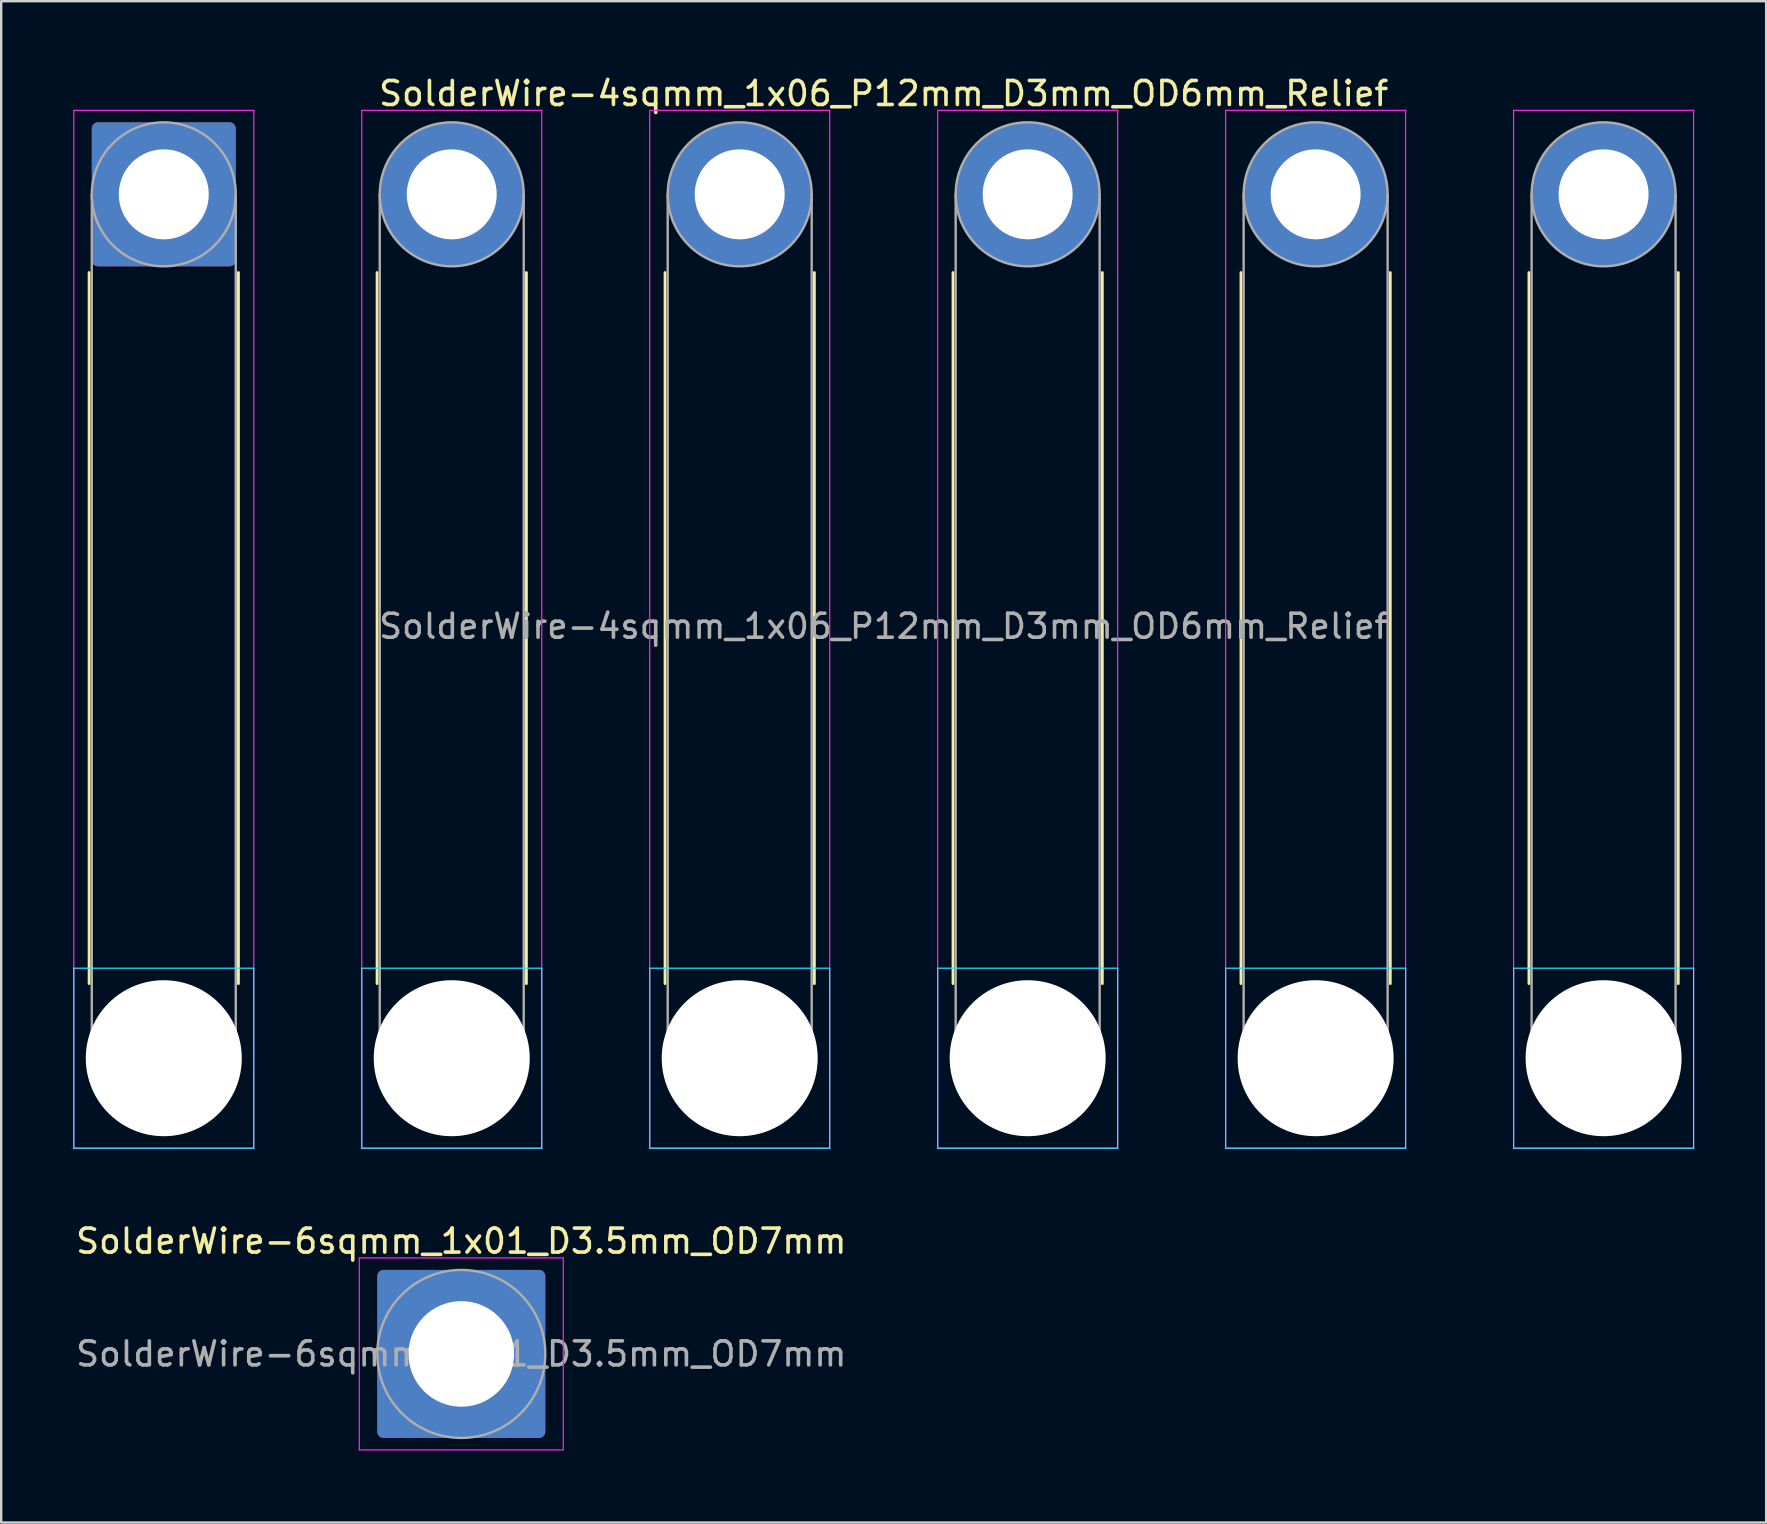
<source format=kicad_pcb>
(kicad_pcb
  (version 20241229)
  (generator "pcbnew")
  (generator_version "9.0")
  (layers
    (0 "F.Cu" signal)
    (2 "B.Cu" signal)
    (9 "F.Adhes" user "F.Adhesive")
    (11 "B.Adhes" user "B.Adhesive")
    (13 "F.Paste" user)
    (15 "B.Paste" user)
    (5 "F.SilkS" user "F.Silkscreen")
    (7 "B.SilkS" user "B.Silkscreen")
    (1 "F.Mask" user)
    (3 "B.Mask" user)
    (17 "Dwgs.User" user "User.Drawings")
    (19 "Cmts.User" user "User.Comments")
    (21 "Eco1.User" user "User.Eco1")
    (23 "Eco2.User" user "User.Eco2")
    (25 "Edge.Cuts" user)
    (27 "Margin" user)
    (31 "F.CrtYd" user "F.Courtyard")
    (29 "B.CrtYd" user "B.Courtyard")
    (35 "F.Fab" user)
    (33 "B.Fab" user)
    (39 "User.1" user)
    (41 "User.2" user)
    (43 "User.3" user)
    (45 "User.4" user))
  (footprint "SolderWire-4sqmm_1x06_P12mm_D3mm_OD6mm_Relief"
    (layer "F.Cu")
    (at 3.775 5.048)
    (property "Reference" "SolderWire-4sqmm_1x06_P12mm_D3mm_OD6mm_Relief" (at 30 -4.2 0) (layer "F.SilkS") (effects (font (size 1 1) (thickness 0.15))))
    (attr exclude_from_pos_files exclude_from_bom)
    (fp_line (start -3.11 3.26) (end -3.11 32.89) (stroke (width 0.12) (type solid)) (layer "F.SilkS"))
    (fp_line (start 3.11 3.26) (end 3.11 32.89) (stroke (width 0.12) (type solid)) (layer "F.SilkS"))
    (fp_line (start 8.89 3.26) (end 8.89 32.89) (stroke (width 0.12) (type solid)) (layer "F.SilkS"))
    (fp_line (start 15.11 3.26) (end 15.11 32.89) (stroke (width 0.12) (type solid)) (layer "F.SilkS"))
    (fp_line (start 20.89 3.26) (end 20.89 32.89) (stroke (width 0.12) (type solid)) (layer "F.SilkS"))
    (fp_line (start 27.11 3.26) (end 27.11 32.89) (stroke (width 0.12) (type solid)) (layer "F.SilkS"))
    (fp_line (start 32.89 3.26) (end 32.89 32.89) (stroke (width 0.12) (type solid)) (layer "F.SilkS"))
    (fp_line (start 39.11 3.26) (end 39.11 32.89) (stroke (width 0.12) (type solid)) (layer "F.SilkS"))
    (fp_line (start 44.89 3.26) (end 44.89 32.89) (stroke (width 0.12) (type solid)) (layer "F.SilkS"))
    (fp_line (start 51.11 3.26) (end 51.11 32.89) (stroke (width 0.12) (type solid)) (layer "F.SilkS"))
    (fp_line (start 56.89 3.26) (end 56.89 32.89) (stroke (width 0.12) (type solid)) (layer "F.SilkS"))
    (fp_line (start 63.11 3.26) (end 63.11 32.89) (stroke (width 0.12) (type solid)) (layer "F.SilkS"))
    (fp_line (start -3.75 32.25) (end -3.75 39.75) (stroke (width 0.05) (type solid)) (layer "B.CrtYd"))
    (fp_line (start -3.75 39.75) (end 3.75 39.75) (stroke (width 0.05) (type solid)) (layer "B.CrtYd"))
    (fp_line (start 3.75 32.25) (end -3.75 32.25) (stroke (width 0.05) (type solid)) (layer "B.CrtYd"))
    (fp_line (start 3.75 39.75) (end 3.75 32.25) (stroke (width 0.05) (type solid)) (layer "B.CrtYd"))
    (fp_line (start 8.25 32.25) (end 8.25 39.75) (stroke (width 0.05) (type solid)) (layer "B.CrtYd"))
    (fp_line (start 8.25 39.75) (end 15.75 39.75) (stroke (width 0.05) (type solid)) (layer "B.CrtYd"))
    (fp_line (start 15.75 32.25) (end 8.25 32.25) (stroke (width 0.05) (type solid)) (layer "B.CrtYd"))
    (fp_line (start 15.75 39.75) (end 15.75 32.25) (stroke (width 0.05) (type solid)) (layer "B.CrtYd"))
    (fp_line (start 20.25 32.25) (end 20.25 39.75) (stroke (width 0.05) (type solid)) (layer "B.CrtYd"))
    (fp_line (start 20.25 39.75) (end 27.75 39.75) (stroke (width 0.05) (type solid)) (layer "B.CrtYd"))
    (fp_line (start 27.75 32.25) (end 20.25 32.25) (stroke (width 0.05) (type solid)) (layer "B.CrtYd"))
    (fp_line (start 27.75 39.75) (end 27.75 32.25) (stroke (width 0.05) (type solid)) (layer "B.CrtYd"))
    (fp_line (start 32.25 32.25) (end 32.25 39.75) (stroke (width 0.05) (type solid)) (layer "B.CrtYd"))
    (fp_line (start 32.25 39.75) (end 39.75 39.75) (stroke (width 0.05) (type solid)) (layer "B.CrtYd"))
    (fp_line (start 39.75 32.25) (end 32.25 32.25) (stroke (width 0.05) (type solid)) (layer "B.CrtYd"))
    (fp_line (start 39.75 39.75) (end 39.75 32.25) (stroke (width 0.05) (type solid)) (layer "B.CrtYd"))
    (fp_line (start 44.25 32.25) (end 44.25 39.75) (stroke (width 0.05) (type solid)) (layer "B.CrtYd"))
    (fp_line (start 44.25 39.75) (end 51.75 39.75) (stroke (width 0.05) (type solid)) (layer "B.CrtYd"))
    (fp_line (start 51.75 32.25) (end 44.25 32.25) (stroke (width 0.05) (type solid)) (layer "B.CrtYd"))
    (fp_line (start 51.75 39.75) (end 51.75 32.25) (stroke (width 0.05) (type solid)) (layer "B.CrtYd"))
    (fp_line (start 56.25 32.25) (end 56.25 39.75) (stroke (width 0.05) (type solid)) (layer "B.CrtYd"))
    (fp_line (start 56.25 39.75) (end 63.75 39.75) (stroke (width 0.05) (type solid)) (layer "B.CrtYd"))
    (fp_line (start 63.75 32.25) (end 56.25 32.25) (stroke (width 0.05) (type solid)) (layer "B.CrtYd"))
    (fp_line (start 63.75 39.75) (end 63.75 32.25) (stroke (width 0.05) (type solid)) (layer "B.CrtYd"))
    (fp_line (start -3.75 -3.5) (end -3.75 39.75) (stroke (width 0.05) (type solid)) (layer "F.CrtYd"))
    (fp_line (start -3.75 39.75) (end 3.75 39.75) (stroke (width 0.05) (type solid)) (layer "F.CrtYd"))
    (fp_line (start 3.75 -3.5) (end -3.75 -3.5) (stroke (width 0.05) (type solid)) (layer "F.CrtYd"))
    (fp_line (start 3.75 39.75) (end 3.75 -3.5) (stroke (width 0.05) (type solid)) (layer "F.CrtYd"))
    (fp_line (start 8.25 -3.5) (end 8.25 39.75) (stroke (width 0.05) (type solid)) (layer "F.CrtYd"))
    (fp_line (start 8.25 39.75) (end 15.75 39.75) (stroke (width 0.05) (type solid)) (layer "F.CrtYd"))
    (fp_line (start 15.75 -3.5) (end 8.25 -3.5) (stroke (width 0.05) (type solid)) (layer "F.CrtYd"))
    (fp_line (start 15.75 39.75) (end 15.75 -3.5) (stroke (width 0.05) (type solid)) (layer "F.CrtYd"))
    (fp_line (start 20.25 -3.5) (end 20.25 39.75) (stroke (width 0.05) (type solid)) (layer "F.CrtYd"))
    (fp_line (start 20.25 39.75) (end 27.75 39.75) (stroke (width 0.05) (type solid)) (layer "F.CrtYd"))
    (fp_line (start 27.75 -3.5) (end 20.25 -3.5) (stroke (width 0.05) (type solid)) (layer "F.CrtYd"))
    (fp_line (start 27.75 39.75) (end 27.75 -3.5) (stroke (width 0.05) (type solid)) (layer "F.CrtYd"))
    (fp_line (start 32.25 -3.5) (end 32.25 39.75) (stroke (width 0.05) (type solid)) (layer "F.CrtYd"))
    (fp_line (start 32.25 39.75) (end 39.75 39.75) (stroke (width 0.05) (type solid)) (layer "F.CrtYd"))
    (fp_line (start 39.75 -3.5) (end 32.25 -3.5) (stroke (width 0.05) (type solid)) (layer "F.CrtYd"))
    (fp_line (start 39.75 39.75) (end 39.75 -3.5) (stroke (width 0.05) (type solid)) (layer "F.CrtYd"))
    (fp_line (start 44.25 -3.5) (end 44.25 39.75) (stroke (width 0.05) (type solid)) (layer "F.CrtYd"))
    (fp_line (start 44.25 39.75) (end 51.75 39.75) (stroke (width 0.05) (type solid)) (layer "F.CrtYd"))
    (fp_line (start 51.75 -3.5) (end 44.25 -3.5) (stroke (width 0.05) (type solid)) (layer "F.CrtYd"))
    (fp_line (start 51.75 39.75) (end 51.75 -3.5) (stroke (width 0.05) (type solid)) (layer "F.CrtYd"))
    (fp_line (start 56.25 -3.5) (end 56.25 39.75) (stroke (width 0.05) (type solid)) (layer "F.CrtYd"))
    (fp_line (start 56.25 39.75) (end 63.75 39.75) (stroke (width 0.05) (type solid)) (layer "F.CrtYd"))
    (fp_line (start 63.75 -3.5) (end 56.25 -3.5) (stroke (width 0.05) (type solid)) (layer "F.CrtYd"))
    (fp_line (start 63.75 39.75) (end 63.75 -3.5) (stroke (width 0.05) (type solid)) (layer "F.CrtYd"))
    (fp_line (start -3 0) (end -3 36) (stroke (width 0.1) (type solid)) (layer "F.Fab"))
    (fp_line (start 3 0) (end 3 36) (stroke (width 0.1) (type solid)) (layer "F.Fab"))
    (fp_line (start 9 0) (end 9 36) (stroke (width 0.1) (type solid)) (layer "F.Fab"))
    (fp_line (start 15 0) (end 15 36) (stroke (width 0.1) (type solid)) (layer "F.Fab"))
    (fp_line (start 21 0) (end 21 36) (stroke (width 0.1) (type solid)) (layer "F.Fab"))
    (fp_line (start 27 0) (end 27 36) (stroke (width 0.1) (type solid)) (layer "F.Fab"))
    (fp_line (start 33 0) (end 33 36) (stroke (width 0.1) (type solid)) (layer "F.Fab"))
    (fp_line (start 39 0) (end 39 36) (stroke (width 0.1) (type solid)) (layer "F.Fab"))
    (fp_line (start 45 0) (end 45 36) (stroke (width 0.1) (type solid)) (layer "F.Fab"))
    (fp_line (start 51 0) (end 51 36) (stroke (width 0.1) (type solid)) (layer "F.Fab"))
    (fp_line (start 57 0) (end 57 36) (stroke (width 0.1) (type solid)) (layer "F.Fab"))
    (fp_line (start 63 0) (end 63 36) (stroke (width 0.1) (type solid)) (layer "F.Fab"))
    (fp_circle (center 0 0) (end 3 0) (stroke (width 0.1) (type solid)) (fill no) (layer "F.Fab"))
    (fp_circle (center 0 36) (end 3 36) (stroke (width 0.1) (type solid)) (fill no) (layer "F.Fab"))
    (fp_circle (center 12 0) (end 15 0) (stroke (width 0.1) (type solid)) (fill no) (layer "F.Fab"))
    (fp_circle (center 12 36) (end 15 36) (stroke (width 0.1) (type solid)) (fill no) (layer "F.Fab"))
    (fp_circle (center 24 0) (end 27 0) (stroke (width 0.1) (type solid)) (fill no) (layer "F.Fab"))
    (fp_circle (center 24 36) (end 27 36) (stroke (width 0.1) (type solid)) (fill no) (layer "F.Fab"))
    (fp_circle (center 36 0) (end 39 0) (stroke (width 0.1) (type solid)) (fill no) (layer "F.Fab"))
    (fp_circle (center 36 36) (end 39 36) (stroke (width 0.1) (type solid)) (fill no) (layer "F.Fab"))
    (fp_circle (center 48 0) (end 51 0) (stroke (width 0.1) (type solid)) (fill no) (layer "F.Fab"))
    (fp_circle (center 48 36) (end 51 36) (stroke (width 0.1) (type solid)) (fill no) (layer "F.Fab"))
    (fp_circle (center 60 0) (end 63 0) (stroke (width 0.1) (type solid)) (fill no) (layer "F.Fab"))
    (fp_circle (center 60 36) (end 63 36) (stroke (width 0.1) (type solid)) (fill no) (layer "F.Fab"))
    (fp_text user "${REFERENCE}" (at 30 18 0) (layer "F.Fab") (effects (font (size 1 1) (thickness 0.15))))
    (pad "" np_thru_hole circle (at 0 36) (size 6.5 6.5) (drill 6.5) (layers "*.Cu" "*.Mask"))
    (pad "" np_thru_hole circle (at 12 36) (size 6.5 6.5) (drill 6.5) (layers "*.Cu" "*.Mask"))
    (pad "" np_thru_hole circle (at 24 36) (size 6.5 6.5) (drill 6.5) (layers "*.Cu" "*.Mask"))
    (pad "" np_thru_hole circle (at 36 36) (size 6.5 6.5) (drill 6.5) (layers "*.Cu" "*.Mask"))
    (pad "" np_thru_hole circle (at 48 36) (size 6.5 6.5) (drill 6.5) (layers "*.Cu" "*.Mask"))
    (pad "" np_thru_hole circle (at 60 36) (size 6.5 6.5) (drill 6.5) (layers "*.Cu" "*.Mask"))
    (pad "1" thru_hole roundrect (at 0 0) (size 6 6) (drill 3.75) (layers "*.Cu" "*.Mask") (roundrect_rratio 0.042))
    (pad "2" thru_hole circle (at 12 0) (size 6 6) (drill 3.75) (layers "*.Cu" "*.Mask"))
    (pad "3" thru_hole circle (at 24 0) (size 6 6) (drill 3.75) (layers "*.Cu" "*.Mask"))
    (pad "4" thru_hole circle (at 36 0) (size 6 6) (drill 3.75) (layers "*.Cu" "*.Mask"))
    (pad "5" thru_hole circle (at 48 0) (size 6 6) (drill 3.75) (layers "*.Cu" "*.Mask"))
    (pad "6" thru_hole circle (at 60 0) (size 6 6) (drill 3.75) (layers "*.Cu" "*.Mask")))
  (footprint "SolderWire-6sqmm_1x01_D3.5mm_OD7mm"
    (layer "F.Cu")
    (at 16.173 53.371)
    (property "Reference" "SolderWire-6sqmm_1x01_D3.5mm_OD7mm" (at 0 -4.7 0) (layer "F.SilkS") (effects (font (size 1 1) (thickness 0.15))))
    (attr exclude_from_pos_files exclude_from_bom)
    (fp_line (start -4.25 -4) (end -4.25 4) (stroke (width 0.05) (type solid)) (layer "F.CrtYd"))
    (fp_line (start -4.25 4) (end 4.25 4) (stroke (width 0.05) (type solid)) (layer "F.CrtYd"))
    (fp_line (start 4.25 -4) (end -4.25 -4) (stroke (width 0.05) (type solid)) (layer "F.CrtYd"))
    (fp_line (start 4.25 4) (end 4.25 -4) (stroke (width 0.05) (type solid)) (layer "F.CrtYd"))
    (fp_circle (center 0 0) (end 3.5 0) (stroke (width 0.1) (type solid)) (fill no) (layer "F.Fab"))
    (fp_text user "${REFERENCE}" (at 0 0 0) (layer "F.Fab") (effects (font (size 1 1) (thickness 0.15))))
    (pad "1" thru_hole roundrect (at 0 0) (size 7 7) (drill 4.4) (layers "*.Cu" "*.Mask") (roundrect_rratio 0.036)))
  (gr_rect
    (start -3 -3)
    (end 70.55 60.397)
    (stroke (width 0.1) (type default))
    (fill no)
    (layer "Edge.Cuts")))
</source>
